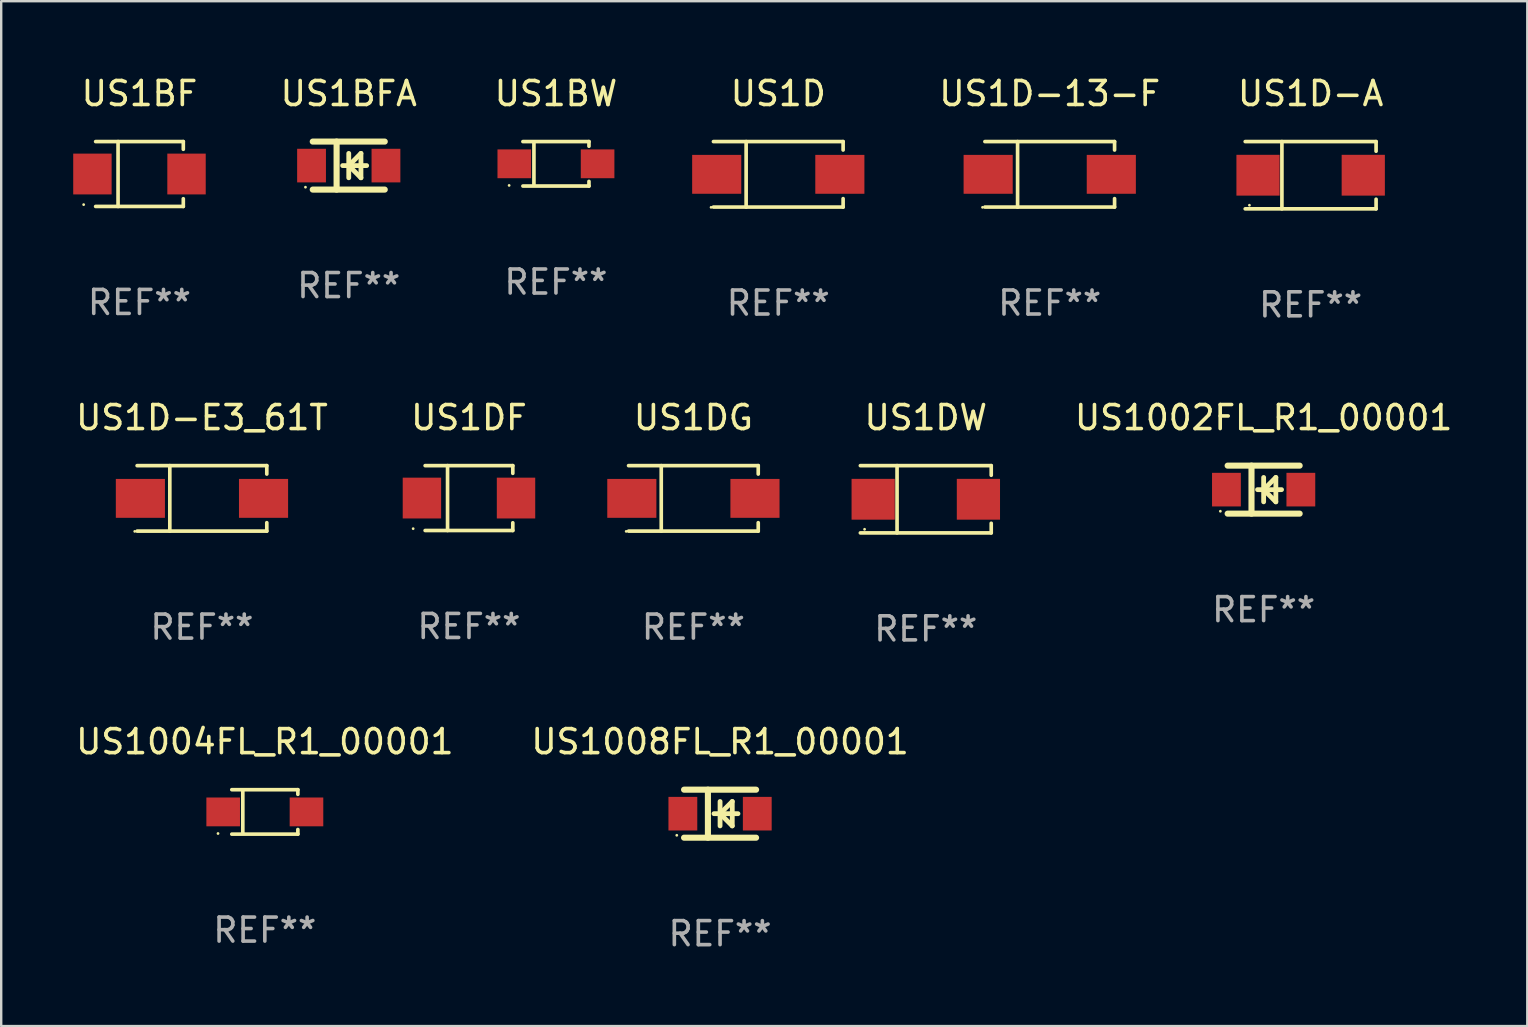
<source format=kicad_pcb>
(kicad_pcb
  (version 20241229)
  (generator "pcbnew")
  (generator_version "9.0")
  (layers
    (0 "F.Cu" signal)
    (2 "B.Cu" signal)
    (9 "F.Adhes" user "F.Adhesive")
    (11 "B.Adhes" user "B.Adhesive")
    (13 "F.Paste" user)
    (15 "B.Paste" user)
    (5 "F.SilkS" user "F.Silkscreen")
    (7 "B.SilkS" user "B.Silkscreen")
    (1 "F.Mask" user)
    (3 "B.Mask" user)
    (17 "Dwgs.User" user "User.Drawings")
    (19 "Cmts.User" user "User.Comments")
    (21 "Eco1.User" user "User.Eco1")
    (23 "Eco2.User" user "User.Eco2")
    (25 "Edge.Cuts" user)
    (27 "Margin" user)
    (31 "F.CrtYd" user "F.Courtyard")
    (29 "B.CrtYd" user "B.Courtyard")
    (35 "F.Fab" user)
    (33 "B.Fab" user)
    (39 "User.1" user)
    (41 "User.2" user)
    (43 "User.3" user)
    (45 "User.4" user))
  (footprint "US1DF"
    (layer "F.Cu")
    (at 16.486 17.698)
    (property "Reference" "US1DF" (at 0 -3.351 0) (layer "F.SilkS") (effects (font (size 1 1) (thickness 0.15))))
    (attr through_hole)
    (fp_line (start -1.826 -1.351) (end 1.826 -1.351) (stroke (width 0.152) (type solid)) (layer "F.SilkS"))
    (fp_line (start -1.826 1.351) (end 1.826 1.351) (stroke (width 0.152) (type solid)) (layer "F.SilkS"))
    (fp_line (start -0.892 -1.351) (end -0.892 1.351) (stroke (width 0.152) (type solid)) (layer "F.SilkS"))
    (fp_line (start 1.826 -1.351) (end 1.826 -1.03) (stroke (width 0.152) (type solid)) (layer "F.SilkS"))
    (fp_line (start 1.826 1.03) (end 1.826 1.351) (stroke (width 0.152) (type solid)) (layer "F.SilkS"))
    (fp_circle (center -2.325 1.275) (end -2.295 1.275) (stroke (width 0.06) (type solid)) (fill no) (layer "F.SilkS"))
    (fp_text user "REF**" (at 0 5.351 0) (layer "F.Fab") (effects (font (size 1 1) (thickness 0.15))))
    (pad "1" smd rect (at -1.96 0 180) (size 1.6 1.7) (layers "F.Cu" "F.Mask" "F.Paste"))
    (pad "2" smd rect (at 1.96 0 180) (size 1.6 1.7) (layers "F.Cu" "F.Mask" "F.Paste")))
  (footprint "US1BFA"
    (layer "F.Cu")
    (at 11.478 3.848)
    (property "Reference" "US1BFA" (at 0 -3 0) (layer "F.SilkS") (effects (font (size 1 1) (thickness 0.15))))
    (attr through_hole)
    (fp_line (start -1.5 -1) (end 1.5 -1) (stroke (width 0.254) (type solid)) (layer "F.SilkS"))
    (fp_line (start -1.5 1) (end 1.5 1) (stroke (width 0.254) (type solid)) (layer "F.SilkS"))
    (fp_line (start -0.506 -1) (end -0.506 1) (stroke (width 0.254) (type solid)) (layer "F.SilkS"))
    (fp_line (start -0.254 0) (end 0.746 0) (stroke (width 0.2) (type solid)) (layer "F.SilkS"))
    (fp_line (start 0.000102 -0.508) (end 0.000102 0.508) (stroke (width 0.2) (type solid)) (layer "F.SilkS"))
    (fp_line (start 0.000102 0) (end 0.508 -0.508) (stroke (width 0.2) (type solid)) (layer "F.SilkS"))
    (fp_line (start 0.508 -0.508) (end 0.508 0.508) (stroke (width 0.2) (type solid)) (layer "F.SilkS"))
    (fp_line (start 0.508 0.508) (end 0.000102 0) (stroke (width 0.2) (type solid)) (layer "F.SilkS"))
    (fp_circle (center -1.803 0.9) (end -1.773 0.9) (stroke (width 0.06) (type solid)) (fill no) (layer "F.SilkS"))
    (fp_text user "REF**" (at 0 5 0) (layer "F.Fab") (effects (font (size 1 1) (thickness 0.15))))
    (pad "1" smd rect (at -1.55 0) (size 1.2 1.4) (layers "F.Cu" "F.Mask" "F.Paste"))
    (pad "2" smd rect (at 1.55 0) (size 1.2 1.4) (layers "F.Cu" "F.Mask" "F.Paste")))
  (footprint "US1BW"
    (layer "F.Cu")
    (at 20.109 3.774)
    (property "Reference" "US1BW" (at 0 -2.926 0) (layer "F.SilkS") (effects (font (size 1 1) (thickness 0.15))))
    (attr through_hole)
    (fp_line (start -1.376 -0.926) (end 1.376 -0.926) (stroke (width 0.152) (type solid)) (layer "F.SilkS"))
    (fp_line (start -1.376 0.926) (end 1.376 0.926) (stroke (width 0.152) (type solid)) (layer "F.SilkS"))
    (fp_line (start -0.917 -0.876) (end -0.917 0.876) (stroke (width 0.152) (type solid)) (layer "F.SilkS"))
    (fp_line (start 1.376 -0.926) (end 1.376 -0.733) (stroke (width 0.152) (type solid)) (layer "F.SilkS"))
    (fp_line (start 1.376 0.926) (end 1.376 0.733) (stroke (width 0.152) (type solid)) (layer "F.SilkS"))
    (fp_circle (center -1.95 0.9) (end -1.92 0.9) (stroke (width 0.06) (type solid)) (fill no) (layer "F.SilkS"))
    (fp_text user "REF**" (at 0 4.926 0) (layer "F.Fab") (effects (font (size 1 1) (thickness 0.15))))
    (pad "1" smd rect (at -1.735 0) (size 1.4 1.2) (layers "F.Cu" "F.Mask" "F.Paste"))
    (pad "2" smd rect (at 1.735 0) (size 1.4 1.2) (layers "F.Cu" "F.Mask" "F.Paste")))
  (footprint "US1DW"
    (layer "F.Cu")
    (at 35.516 17.748)
    (property "Reference" "US1DW" (at 0 -3.401 0) (layer "F.SilkS") (effects (font (size 1 1) (thickness 0.15))))
    (attr through_hole)
    (fp_line (start -2.726 -1.401) (end 2.726 -1.401) (stroke (width 0.152) (type solid)) (layer "F.SilkS"))
    (fp_line (start -2.726 1.401) (end 2.726 1.401) (stroke (width 0.152) (type solid)) (layer "F.SilkS"))
    (fp_line (start -1.197 -1.401) (end -1.197 1.401) (stroke (width 0.152) (type solid)) (layer "F.SilkS"))
    (fp_line (start 2.726 -1.401) (end 2.726 -1) (stroke (width 0.152) (type solid)) (layer "F.SilkS"))
    (fp_line (start 2.726 1.401) (end 2.726 1) (stroke (width 0.152) (type solid)) (layer "F.SilkS"))
    (fp_circle (center -2.55 1.25) (end -2.52 1.25) (stroke (width 0.06) (type solid)) (fill no) (layer "F.SilkS"))
    (fp_text user "REF**" (at 0 5.401 0) (layer "F.Fab") (effects (font (size 1 1) (thickness 0.15))))
    (pad "1" smd rect (at -2.192 0) (size 1.8 1.7) (layers "F.Cu" "F.Mask" "F.Paste"))
    (pad "2" smd rect (at 2.192 0) (size 1.8 1.7) (layers "F.Cu" "F.Mask" "F.Paste")))
  (footprint "US1D-E3_61T"
    (layer "F.Cu")
    (at 5.363 17.711)
    (property "Reference" "US1D-E3_61T" (at 0 -3.364 0) (layer "F.SilkS") (effects (font (size 1 1) (thickness 0.15))))
    (attr through_hole)
    (fp_line (start -2.701 -1.364) (end 2.701 -1.364) (stroke (width 0.152) (type solid)) (layer "F.SilkS"))
    (fp_line (start -2.701 1.364) (end 2.701 1.364) (stroke (width 0.152) (type solid)) (layer "F.SilkS"))
    (fp_line (start -1.339 -1.364) (end -1.339 1.364) (stroke (width 0.152) (type solid)) (layer "F.SilkS"))
    (fp_line (start 2.701 -1.364) (end 2.701 -1.013) (stroke (width 0.152) (type solid)) (layer "F.SilkS"))
    (fp_line (start 2.701 1.364) (end 2.701 1.013) (stroke (width 0.152) (type solid)) (layer "F.SilkS"))
    (fp_circle (center -2.8 1.375) (end -2.77 1.375) (stroke (width 0.06) (type solid)) (fill no) (layer "F.SilkS"))
    (fp_text user "REF**" (at 0 5.364 0) (layer "F.Fab") (effects (font (size 1 1) (thickness 0.15))))
    (pad "1" smd rect (at -2.565 -0.000025) (size 2.046 1.62) (layers "F.Cu" "F.Mask" "F.Paste"))
    (pad "2" smd rect (at 2.565 -0.000025) (size 2.046 1.62) (layers "F.Cu" "F.Mask" "F.Paste")))
  (footprint "US1D-13-F"
    (layer "F.Cu")
    (at 40.679 4.212)
    (property "Reference" "US1D-13-F" (at 0 -3.364 0) (layer "F.SilkS") (effects (font (size 1 1) (thickness 0.15))))
    (attr through_hole)
    (fp_line (start -2.701 -1.364) (end 2.701 -1.364) (stroke (width 0.152) (type solid)) (layer "F.SilkS"))
    (fp_line (start -2.701 1.364) (end 2.701 1.364) (stroke (width 0.152) (type solid)) (layer "F.SilkS"))
    (fp_line (start -1.339 -1.364) (end -1.339 1.364) (stroke (width 0.152) (type solid)) (layer "F.SilkS"))
    (fp_line (start 2.701 -1.364) (end 2.701 -1.013) (stroke (width 0.152) (type solid)) (layer "F.SilkS"))
    (fp_line (start 2.701 1.364) (end 2.701 1.013) (stroke (width 0.152) (type solid)) (layer "F.SilkS"))
    (fp_circle (center -2.8 1.375) (end -2.77 1.375) (stroke (width 0.06) (type solid)) (fill no) (layer "F.SilkS"))
    (fp_text user "REF**" (at 0 5.364 0) (layer "F.Fab") (effects (font (size 1 1) (thickness 0.15))))
    (pad "1" smd rect (at -2.565 -0.000025) (size 2.046 1.62) (layers "F.Cu" "F.Mask" "F.Paste"))
    (pad "2" smd rect (at 2.565 -0.000025) (size 2.046 1.62) (layers "F.Cu" "F.Mask" "F.Paste")))
  (footprint "US1D-A"
    (layer "F.Cu")
    (at 51.548 4.249)
    (property "Reference" "US1D-A" (at 0 -3.401 0) (layer "F.SilkS") (effects (font (size 1 1) (thickness 0.15))))
    (attr through_hole)
    (fp_line (start -2.726 -1.401) (end 2.726 -1.401) (stroke (width 0.152) (type solid)) (layer "F.SilkS"))
    (fp_line (start -2.726 1.401) (end 2.726 1.401) (stroke (width 0.152) (type solid)) (layer "F.SilkS"))
    (fp_line (start -1.197 -1.401) (end -1.197 1.401) (stroke (width 0.152) (type solid)) (layer "F.SilkS"))
    (fp_line (start 2.726 -1.401) (end 2.726 -1) (stroke (width 0.152) (type solid)) (layer "F.SilkS"))
    (fp_line (start 2.726 1.401) (end 2.726 1) (stroke (width 0.152) (type solid)) (layer "F.SilkS"))
    (fp_circle (center -2.55 1.25) (end -2.52 1.25) (stroke (width 0.06) (type solid)) (fill no) (layer "F.SilkS"))
    (fp_text user "REF**" (at 0 5.401 0) (layer "F.Fab") (effects (font (size 1 1) (thickness 0.15))))
    (pad "1" smd rect (at -2.192 0) (size 1.8 1.7) (layers "F.Cu" "F.Mask" "F.Paste"))
    (pad "2" smd rect (at 2.192 0) (size 1.8 1.7) (layers "F.Cu" "F.Mask" "F.Paste")))
  (footprint "US1008FL_R1_00001"
    (layer "F.Cu")
    (at 26.946 30.846)
    (property "Reference" "US1008FL_R1_00001" (at 0 -3 0) (layer "F.SilkS") (effects (font (size 1 1) (thickness 0.15))))
    (attr through_hole)
    (fp_line (start -1.5 -1) (end 1.5 -1) (stroke (width 0.254) (type solid)) (layer "F.SilkS"))
    (fp_line (start -1.5 1) (end 1.5 1) (stroke (width 0.254) (type solid)) (layer "F.SilkS"))
    (fp_line (start -0.506 -1) (end -0.506 1) (stroke (width 0.254) (type solid)) (layer "F.SilkS"))
    (fp_line (start -0.254 0) (end 0.746 0) (stroke (width 0.2) (type solid)) (layer "F.SilkS"))
    (fp_line (start 0.000102 -0.508) (end 0.000102 0.508) (stroke (width 0.2) (type solid)) (layer "F.SilkS"))
    (fp_line (start 0.000102 0) (end 0.508 -0.508) (stroke (width 0.2) (type solid)) (layer "F.SilkS"))
    (fp_line (start 0.508 -0.508) (end 0.508 0.508) (stroke (width 0.2) (type solid)) (layer "F.SilkS"))
    (fp_line (start 0.508 0.508) (end 0.000102 0) (stroke (width 0.2) (type solid)) (layer "F.SilkS"))
    (fp_circle (center -1.803 0.9) (end -1.773 0.9) (stroke (width 0.06) (type solid)) (fill no) (layer "F.SilkS"))
    (fp_text user "REF**" (at 0 5 0) (layer "F.Fab") (effects (font (size 1 1) (thickness 0.15))))
    (pad "1" smd rect (at -1.55 0) (size 1.2 1.4) (layers "F.Cu" "F.Mask" "F.Paste"))
    (pad "2" smd rect (at 1.55 0) (size 1.2 1.4) (layers "F.Cu" "F.Mask" "F.Paste")))
  (footprint "US1DG"
    (layer "F.Cu")
    (at 25.835 17.711)
    (property "Reference" "US1DG" (at 0 -3.364 0) (layer "F.SilkS") (effects (font (size 1 1) (thickness 0.15))))
    (attr through_hole)
    (fp_line (start -2.701 -1.364) (end 2.701 -1.364) (stroke (width 0.152) (type solid)) (layer "F.SilkS"))
    (fp_line (start -2.701 1.364) (end 2.701 1.364) (stroke (width 0.152) (type solid)) (layer "F.SilkS"))
    (fp_line (start -1.339 -1.364) (end -1.339 1.364) (stroke (width 0.152) (type solid)) (layer "F.SilkS"))
    (fp_line (start 2.701 -1.364) (end 2.701 -1.013) (stroke (width 0.152) (type solid)) (layer "F.SilkS"))
    (fp_line (start 2.701 1.364) (end 2.701 1.013) (stroke (width 0.152) (type solid)) (layer "F.SilkS"))
    (fp_circle (center -2.8 1.375) (end -2.77 1.375) (stroke (width 0.06) (type solid)) (fill no) (layer "F.SilkS"))
    (fp_text user "REF**" (at 0 5.364 0) (layer "F.Fab") (effects (font (size 1 1) (thickness 0.15))))
    (pad "1" smd rect (at -2.565 -0.000025) (size 2.046 1.62) (layers "F.Cu" "F.Mask" "F.Paste"))
    (pad "2" smd rect (at 2.565 -0.000025) (size 2.046 1.62) (layers "F.Cu" "F.Mask" "F.Paste")))
  (footprint "US1002FL_R1_00001"
    (layer "F.Cu")
    (at 49.59 17.347)
    (property "Reference" "US1002FL_R1_00001" (at 0 -3 0) (layer "F.SilkS") (effects (font (size 1 1) (thickness 0.15))))
    (attr through_hole)
    (fp_line (start -1.5 -1) (end 1.5 -1) (stroke (width 0.254) (type solid)) (layer "F.SilkS"))
    (fp_line (start -1.5 1) (end 1.5 1) (stroke (width 0.254) (type solid)) (layer "F.SilkS"))
    (fp_line (start -0.506 -1) (end -0.506 1) (stroke (width 0.254) (type solid)) (layer "F.SilkS"))
    (fp_line (start -0.254 0) (end 0.746 0) (stroke (width 0.2) (type solid)) (layer "F.SilkS"))
    (fp_line (start 0.000102 -0.508) (end 0.000102 0.508) (stroke (width 0.2) (type solid)) (layer "F.SilkS"))
    (fp_line (start 0.000102 0) (end 0.508 -0.508) (stroke (width 0.2) (type solid)) (layer "F.SilkS"))
    (fp_line (start 0.508 -0.508) (end 0.508 0.508) (stroke (width 0.2) (type solid)) (layer "F.SilkS"))
    (fp_line (start 0.508 0.508) (end 0.000102 0) (stroke (width 0.2) (type solid)) (layer "F.SilkS"))
    (fp_circle (center -1.803 0.9) (end -1.773 0.9) (stroke (width 0.06) (type solid)) (fill no) (layer "F.SilkS"))
    (fp_text user "REF**" (at 0 5 0) (layer "F.Fab") (effects (font (size 1 1) (thickness 0.15))))
    (pad "1" smd rect (at -1.55 0) (size 1.2 1.4) (layers "F.Cu" "F.Mask" "F.Paste"))
    (pad "2" smd rect (at 1.55 0) (size 1.2 1.4) (layers "F.Cu" "F.Mask" "F.Paste")))
  (footprint "US1D"
    (layer "F.Cu")
    (at 29.371 4.212)
    (property "Reference" "US1D" (at 0 -3.364 0) (layer "F.SilkS") (effects (font (size 1 1) (thickness 0.15))))
    (attr through_hole)
    (fp_line (start -2.701 -1.364) (end 2.701 -1.364) (stroke (width 0.152) (type solid)) (layer "F.SilkS"))
    (fp_line (start -2.701 1.364) (end 2.701 1.364) (stroke (width 0.152) (type solid)) (layer "F.SilkS"))
    (fp_line (start -1.339 -1.364) (end -1.339 1.364) (stroke (width 0.152) (type solid)) (layer "F.SilkS"))
    (fp_line (start 2.701 -1.364) (end 2.701 -1.013) (stroke (width 0.152) (type solid)) (layer "F.SilkS"))
    (fp_line (start 2.701 1.364) (end 2.701 1.013) (stroke (width 0.152) (type solid)) (layer "F.SilkS"))
    (fp_circle (center -2.8 1.375) (end -2.77 1.375) (stroke (width 0.06) (type solid)) (fill no) (layer "F.SilkS"))
    (fp_text user "REF**" (at 0 5.364 0) (layer "F.Fab") (effects (font (size 1 1) (thickness 0.15))))
    (pad "1" smd rect (at -2.565 -0.000025) (size 2.046 1.62) (layers "F.Cu" "F.Mask" "F.Paste"))
    (pad "2" smd rect (at 2.565 -0.000025) (size 2.046 1.62) (layers "F.Cu" "F.Mask" "F.Paste")))
  (footprint "US1BF"
    (layer "F.Cu")
    (at 2.76 4.199)
    (property "Reference" "US1BF" (at 0 -3.351 0) (layer "F.SilkS") (effects (font (size 1 1) (thickness 0.15))))
    (attr through_hole)
    (fp_line (start -1.826 -1.351) (end 1.826 -1.351) (stroke (width 0.152) (type solid)) (layer "F.SilkS"))
    (fp_line (start -1.826 1.351) (end 1.826 1.351) (stroke (width 0.152) (type solid)) (layer "F.SilkS"))
    (fp_line (start -0.892 -1.351) (end -0.892 1.351) (stroke (width 0.152) (type solid)) (layer "F.SilkS"))
    (fp_line (start 1.826 -1.351) (end 1.826 -1.03) (stroke (width 0.152) (type solid)) (layer "F.SilkS"))
    (fp_line (start 1.826 1.03) (end 1.826 1.351) (stroke (width 0.152) (type solid)) (layer "F.SilkS"))
    (fp_circle (center -2.325 1.275) (end -2.295 1.275) (stroke (width 0.06) (type solid)) (fill no) (layer "F.SilkS"))
    (fp_text user "REF**" (at 0 5.351 0) (layer "F.Fab") (effects (font (size 1 1) (thickness 0.15))))
    (pad "1" smd rect (at -1.96 0 180) (size 1.6 1.7) (layers "F.Cu" "F.Mask" "F.Paste"))
    (pad "2" smd rect (at 1.96 0 180) (size 1.6 1.7) (layers "F.Cu" "F.Mask" "F.Paste")))
  (footprint "US1004FL_R1_00001"
    (layer "F.Cu")
    (at 7.982 30.772)
    (property "Reference" "US1004FL_R1_00001" (at 0 -2.926 0) (layer "F.SilkS") (effects (font (size 1 1) (thickness 0.15))))
    (attr through_hole)
    (fp_line (start -1.376 -0.926) (end 1.376 -0.926) (stroke (width 0.152) (type solid)) (layer "F.SilkS"))
    (fp_line (start -1.376 0.926) (end 1.376 0.926) (stroke (width 0.152) (type solid)) (layer "F.SilkS"))
    (fp_line (start -0.917 -0.876) (end -0.917 0.876) (stroke (width 0.152) (type solid)) (layer "F.SilkS"))
    (fp_line (start 1.376 -0.926) (end 1.376 -0.733) (stroke (width 0.152) (type solid)) (layer "F.SilkS"))
    (fp_line (start 1.376 0.926) (end 1.376 0.733) (stroke (width 0.152) (type solid)) (layer "F.SilkS"))
    (fp_circle (center -1.95 0.9) (end -1.92 0.9) (stroke (width 0.06) (type solid)) (fill no) (layer "F.SilkS"))
    (fp_text user "REF**" (at 0 4.926 0) (layer "F.Fab") (effects (font (size 1 1) (thickness 0.15))))
    (pad "1" smd rect (at -1.735 0) (size 1.4 1.2) (layers "F.Cu" "F.Mask" "F.Paste"))
    (pad "2" smd rect (at 1.735 0) (size 1.4 1.2) (layers "F.Cu" "F.Mask" "F.Paste")))
  (gr_rect
    (start -3 -3)
    (end 60.573 39.694)
    (stroke (width 0.1) (type default))
    (fill no)
    (layer "Edge.Cuts")))
</source>
